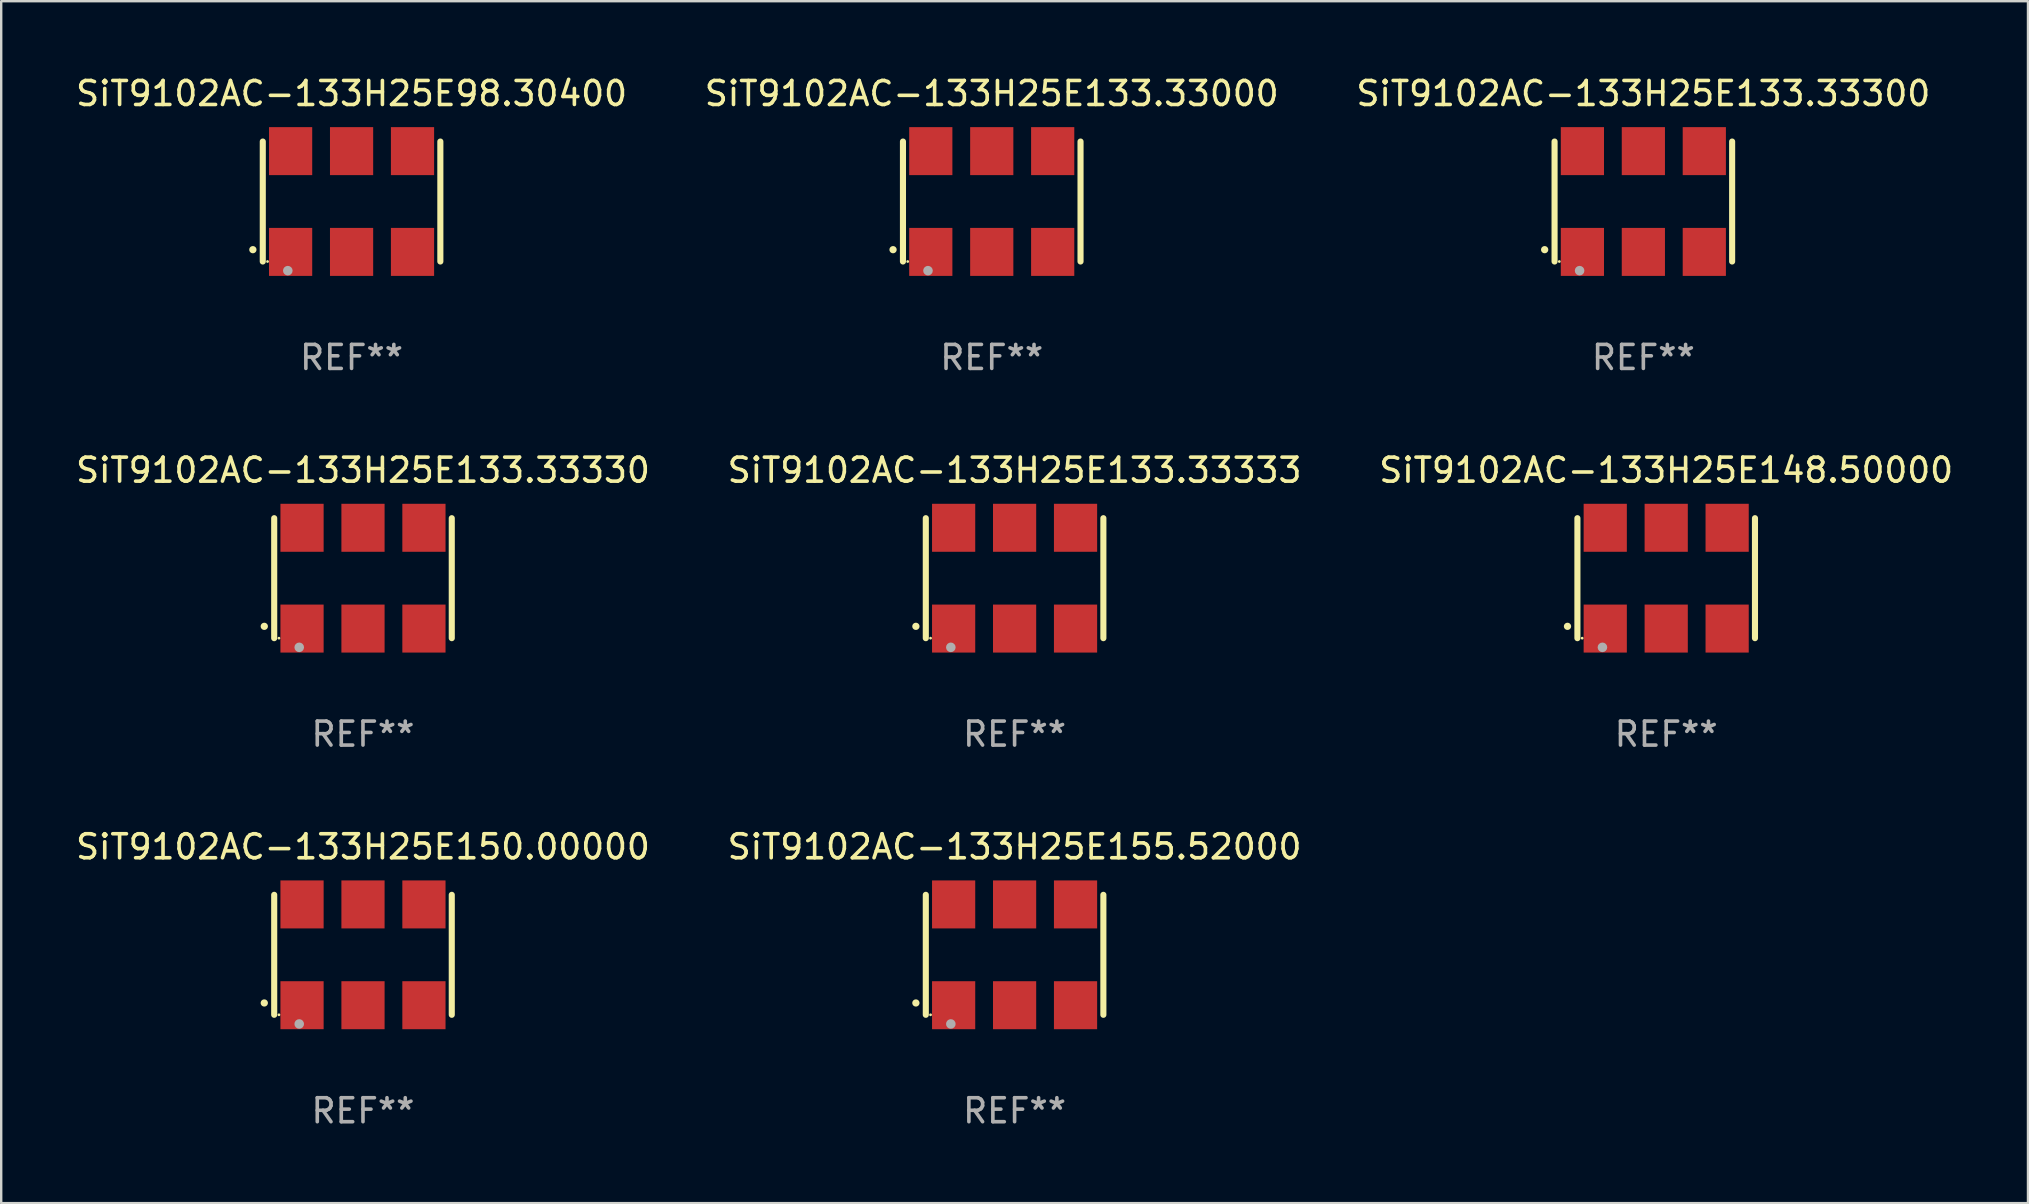
<source format=kicad_pcb>
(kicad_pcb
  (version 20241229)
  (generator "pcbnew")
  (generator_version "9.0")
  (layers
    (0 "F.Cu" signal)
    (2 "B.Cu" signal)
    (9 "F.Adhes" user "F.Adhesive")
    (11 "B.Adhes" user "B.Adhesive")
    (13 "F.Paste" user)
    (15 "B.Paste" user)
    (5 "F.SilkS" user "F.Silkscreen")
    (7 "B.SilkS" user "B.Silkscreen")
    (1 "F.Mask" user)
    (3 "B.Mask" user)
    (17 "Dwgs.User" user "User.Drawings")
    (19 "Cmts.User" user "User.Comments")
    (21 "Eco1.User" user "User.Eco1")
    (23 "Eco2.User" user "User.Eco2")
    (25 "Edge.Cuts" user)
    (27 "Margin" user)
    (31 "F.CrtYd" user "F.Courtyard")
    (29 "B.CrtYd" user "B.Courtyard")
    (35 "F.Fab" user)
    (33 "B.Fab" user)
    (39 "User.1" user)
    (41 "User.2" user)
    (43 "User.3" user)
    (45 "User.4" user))
  (footprint "SiT9102AC-133H25E155.52000"
    (layer "F.Cu")
    (at 39.232 36.741)
    (property "Reference" "SiT9102AC-133H25E155.52000" (at 0 -4.5 0) (layer "F.SilkS") (effects (font (size 1 1) (thickness 0.15))))
    (attr through_hole)
    (fp_line (start -3.7 -2.5) (end -3.7 2.5) (stroke (width 0.254) (type solid)) (layer "F.SilkS"))
    (fp_line (start 3.7 -2.5) (end 3.7 2.5) (stroke (width 0.254) (type solid)) (layer "F.SilkS"))
    (fp_arc (start -4.114415 2.006604) (mid -4.113145 2.006599) (end -4.111875 2.006604) (stroke (width 0.3) (type solid)) (layer "F.SilkS"))
    (fp_circle (center -3.502 2.5) (end -3.472 2.5) (stroke (width 0.06) (type solid)) (fill no) (layer "F.SilkS"))
    (fp_circle (center -2.657 2.882) (end -2.557 2.882) (stroke (width 0.2) (type solid)) (fill no) (layer "F.Fab"))
    (fp_text user "REF**" (at 0 6.5 0) (layer "F.Fab") (effects (font (size 1 1) (thickness 0.15))))
    (pad "1" smd rect (at -2.54 2.1) (size 1.8 2) (layers "F.Cu" "F.Mask" "F.Paste"))
    (pad "2" smd rect (at 0.000394 2.1) (size 1.8 2) (layers "F.Cu" "F.Mask" "F.Paste"))
    (pad "3" smd rect (at 2.54 2.1) (size 1.8 2) (layers "F.Cu" "F.Mask" "F.Paste"))
    (pad "4" smd rect (at 2.54 -2.1) (size 1.8 2) (layers "F.Cu" "F.Mask" "F.Paste"))
    (pad "5" smd rect (at 0.000394 -2.1) (size 1.8 2) (layers "F.Cu" "F.Mask" "F.Paste"))
    (pad "6" smd rect (at -2.54 -2.1) (size 1.8 2) (layers "F.Cu" "F.Mask" "F.Paste")))
  (footprint "SiT9102AC-133H25E148.50000"
    (layer "F.Cu")
    (at 66.387 21.045)
    (property "Reference" "SiT9102AC-133H25E148.50000" (at 0 -4.5 0) (layer "F.SilkS") (effects (font (size 1 1) (thickness 0.15))))
    (attr through_hole)
    (fp_line (start -3.7 -2.5) (end -3.7 2.5) (stroke (width 0.254) (type solid)) (layer "F.SilkS"))
    (fp_line (start 3.7 -2.5) (end 3.7 2.5) (stroke (width 0.254) (type solid)) (layer "F.SilkS"))
    (fp_arc (start -4.114415 2.006604) (mid -4.113145 2.006599) (end -4.111875 2.006604) (stroke (width 0.3) (type solid)) (layer "F.SilkS"))
    (fp_circle (center -3.502 2.5) (end -3.472 2.5) (stroke (width 0.06) (type solid)) (fill no) (layer "F.SilkS"))
    (fp_circle (center -2.657 2.882) (end -2.557 2.882) (stroke (width 0.2) (type solid)) (fill no) (layer "F.Fab"))
    (fp_text user "REF**" (at 0 6.5 0) (layer "F.Fab") (effects (font (size 1 1) (thickness 0.15))))
    (pad "1" smd rect (at -2.54 2.1) (size 1.8 2) (layers "F.Cu" "F.Mask" "F.Paste"))
    (pad "2" smd rect (at 0.000394 2.1) (size 1.8 2) (layers "F.Cu" "F.Mask" "F.Paste"))
    (pad "3" smd rect (at 2.54 2.1) (size 1.8 2) (layers "F.Cu" "F.Mask" "F.Paste"))
    (pad "4" smd rect (at 2.54 -2.1) (size 1.8 2) (layers "F.Cu" "F.Mask" "F.Paste"))
    (pad "5" smd rect (at 0.000394 -2.1) (size 1.8 2) (layers "F.Cu" "F.Mask" "F.Paste"))
    (pad "6" smd rect (at -2.54 -2.1) (size 1.8 2) (layers "F.Cu" "F.Mask" "F.Paste")))
  (footprint "SiT9102AC-133H25E133.33300"
    (layer "F.Cu")
    (at 65.435 5.348)
    (property "Reference" "SiT9102AC-133H25E133.33300" (at 0 -4.5 0) (layer "F.SilkS") (effects (font (size 1 1) (thickness 0.15))))
    (attr through_hole)
    (fp_line (start -3.7 -2.5) (end -3.7 2.5) (stroke (width 0.254) (type solid)) (layer "F.SilkS"))
    (fp_line (start 3.7 -2.5) (end 3.7 2.5) (stroke (width 0.254) (type solid)) (layer "F.SilkS"))
    (fp_arc (start -4.114415 2.006604) (mid -4.113145 2.006599) (end -4.111875 2.006604) (stroke (width 0.3) (type solid)) (layer "F.SilkS"))
    (fp_circle (center -3.502 2.5) (end -3.472 2.5) (stroke (width 0.06) (type solid)) (fill no) (layer "F.SilkS"))
    (fp_circle (center -2.657 2.882) (end -2.557 2.882) (stroke (width 0.2) (type solid)) (fill no) (layer "F.Fab"))
    (fp_text user "REF**" (at 0 6.5 0) (layer "F.Fab") (effects (font (size 1 1) (thickness 0.15))))
    (pad "1" smd rect (at -2.54 2.1) (size 1.8 2) (layers "F.Cu" "F.Mask" "F.Paste"))
    (pad "2" smd rect (at 0.000394 2.1) (size 1.8 2) (layers "F.Cu" "F.Mask" "F.Paste"))
    (pad "3" smd rect (at 2.54 2.1) (size 1.8 2) (layers "F.Cu" "F.Mask" "F.Paste"))
    (pad "4" smd rect (at 2.54 -2.1) (size 1.8 2) (layers "F.Cu" "F.Mask" "F.Paste"))
    (pad "5" smd rect (at 0.000394 -2.1) (size 1.8 2) (layers "F.Cu" "F.Mask" "F.Paste"))
    (pad "6" smd rect (at -2.54 -2.1) (size 1.8 2) (layers "F.Cu" "F.Mask" "F.Paste")))
  (footprint "SiT9102AC-133H25E133.33000"
    (layer "F.Cu")
    (at 38.28 5.348)
    (property "Reference" "SiT9102AC-133H25E133.33000" (at 0 -4.5 0) (layer "F.SilkS") (effects (font (size 1 1) (thickness 0.15))))
    (attr through_hole)
    (fp_line (start -3.7 -2.5) (end -3.7 2.5) (stroke (width 0.254) (type solid)) (layer "F.SilkS"))
    (fp_line (start 3.7 -2.5) (end 3.7 2.5) (stroke (width 0.254) (type solid)) (layer "F.SilkS"))
    (fp_arc (start -4.114415 2.006604) (mid -4.113145 2.006599) (end -4.111875 2.006604) (stroke (width 0.3) (type solid)) (layer "F.SilkS"))
    (fp_circle (center -3.502 2.5) (end -3.472 2.5) (stroke (width 0.06) (type solid)) (fill no) (layer "F.SilkS"))
    (fp_circle (center -2.657 2.882) (end -2.557 2.882) (stroke (width 0.2) (type solid)) (fill no) (layer "F.Fab"))
    (fp_text user "REF**" (at 0 6.5 0) (layer "F.Fab") (effects (font (size 1 1) (thickness 0.15))))
    (pad "1" smd rect (at -2.54 2.1) (size 1.8 2) (layers "F.Cu" "F.Mask" "F.Paste"))
    (pad "2" smd rect (at 0.000394 2.1) (size 1.8 2) (layers "F.Cu" "F.Mask" "F.Paste"))
    (pad "3" smd rect (at 2.54 2.1) (size 1.8 2) (layers "F.Cu" "F.Mask" "F.Paste"))
    (pad "4" smd rect (at 2.54 -2.1) (size 1.8 2) (layers "F.Cu" "F.Mask" "F.Paste"))
    (pad "5" smd rect (at 0.000394 -2.1) (size 1.8 2) (layers "F.Cu" "F.Mask" "F.Paste"))
    (pad "6" smd rect (at -2.54 -2.1) (size 1.8 2) (layers "F.Cu" "F.Mask" "F.Paste")))
  (footprint "SiT9102AC-133H25E150.00000"
    (layer "F.Cu")
    (at 12.077 36.741)
    (property "Reference" "SiT9102AC-133H25E150.00000" (at 0 -4.5 0) (layer "F.SilkS") (effects (font (size 1 1) (thickness 0.15))))
    (attr through_hole)
    (fp_line (start -3.7 -2.5) (end -3.7 2.5) (stroke (width 0.254) (type solid)) (layer "F.SilkS"))
    (fp_line (start 3.7 -2.5) (end 3.7 2.5) (stroke (width 0.254) (type solid)) (layer "F.SilkS"))
    (fp_arc (start -4.114415 2.006604) (mid -4.113145 2.006599) (end -4.111875 2.006604) (stroke (width 0.3) (type solid)) (layer "F.SilkS"))
    (fp_circle (center -3.502 2.5) (end -3.472 2.5) (stroke (width 0.06) (type solid)) (fill no) (layer "F.SilkS"))
    (fp_circle (center -2.657 2.882) (end -2.557 2.882) (stroke (width 0.2) (type solid)) (fill no) (layer "F.Fab"))
    (fp_text user "REF**" (at 0 6.5 0) (layer "F.Fab") (effects (font (size 1 1) (thickness 0.15))))
    (pad "1" smd rect (at -2.54 2.1) (size 1.8 2) (layers "F.Cu" "F.Mask" "F.Paste"))
    (pad "2" smd rect (at 0.000394 2.1) (size 1.8 2) (layers "F.Cu" "F.Mask" "F.Paste"))
    (pad "3" smd rect (at 2.54 2.1) (size 1.8 2) (layers "F.Cu" "F.Mask" "F.Paste"))
    (pad "4" smd rect (at 2.54 -2.1) (size 1.8 2) (layers "F.Cu" "F.Mask" "F.Paste"))
    (pad "5" smd rect (at 0.000394 -2.1) (size 1.8 2) (layers "F.Cu" "F.Mask" "F.Paste"))
    (pad "6" smd rect (at -2.54 -2.1) (size 1.8 2) (layers "F.Cu" "F.Mask" "F.Paste")))
  (footprint "SiT9102AC-133H25E133.33333"
    (layer "F.Cu")
    (at 39.232 21.045)
    (property "Reference" "SiT9102AC-133H25E133.33333" (at 0 -4.5 0) (layer "F.SilkS") (effects (font (size 1 1) (thickness 0.15))))
    (attr through_hole)
    (fp_line (start -3.7 -2.5) (end -3.7 2.5) (stroke (width 0.254) (type solid)) (layer "F.SilkS"))
    (fp_line (start 3.7 -2.5) (end 3.7 2.5) (stroke (width 0.254) (type solid)) (layer "F.SilkS"))
    (fp_arc (start -4.114415 2.006604) (mid -4.113145 2.006599) (end -4.111875 2.006604) (stroke (width 0.3) (type solid)) (layer "F.SilkS"))
    (fp_circle (center -3.502 2.5) (end -3.472 2.5) (stroke (width 0.06) (type solid)) (fill no) (layer "F.SilkS"))
    (fp_circle (center -2.657 2.882) (end -2.557 2.882) (stroke (width 0.2) (type solid)) (fill no) (layer "F.Fab"))
    (fp_text user "REF**" (at 0 6.5 0) (layer "F.Fab") (effects (font (size 1 1) (thickness 0.15))))
    (pad "1" smd rect (at -2.54 2.1) (size 1.8 2) (layers "F.Cu" "F.Mask" "F.Paste"))
    (pad "2" smd rect (at 0.000394 2.1) (size 1.8 2) (layers "F.Cu" "F.Mask" "F.Paste"))
    (pad "3" smd rect (at 2.54 2.1) (size 1.8 2) (layers "F.Cu" "F.Mask" "F.Paste"))
    (pad "4" smd rect (at 2.54 -2.1) (size 1.8 2) (layers "F.Cu" "F.Mask" "F.Paste"))
    (pad "5" smd rect (at 0.000394 -2.1) (size 1.8 2) (layers "F.Cu" "F.Mask" "F.Paste"))
    (pad "6" smd rect (at -2.54 -2.1) (size 1.8 2) (layers "F.Cu" "F.Mask" "F.Paste")))
  (footprint "SiT9102AC-133H25E133.33330"
    (layer "F.Cu")
    (at 12.077 21.045)
    (property "Reference" "SiT9102AC-133H25E133.33330" (at 0 -4.5 0) (layer "F.SilkS") (effects (font (size 1 1) (thickness 0.15))))
    (attr through_hole)
    (fp_line (start -3.7 -2.5) (end -3.7 2.5) (stroke (width 0.254) (type solid)) (layer "F.SilkS"))
    (fp_line (start 3.7 -2.5) (end 3.7 2.5) (stroke (width 0.254) (type solid)) (layer "F.SilkS"))
    (fp_arc (start -4.114415 2.006604) (mid -4.113145 2.006599) (end -4.111875 2.006604) (stroke (width 0.3) (type solid)) (layer "F.SilkS"))
    (fp_circle (center -3.502 2.5) (end -3.472 2.5) (stroke (width 0.06) (type solid)) (fill no) (layer "F.SilkS"))
    (fp_circle (center -2.657 2.882) (end -2.557 2.882) (stroke (width 0.2) (type solid)) (fill no) (layer "F.Fab"))
    (fp_text user "REF**" (at 0 6.5 0) (layer "F.Fab") (effects (font (size 1 1) (thickness 0.15))))
    (pad "1" smd rect (at -2.54 2.1) (size 1.8 2) (layers "F.Cu" "F.Mask" "F.Paste"))
    (pad "2" smd rect (at 0.000394 2.1) (size 1.8 2) (layers "F.Cu" "F.Mask" "F.Paste"))
    (pad "3" smd rect (at 2.54 2.1) (size 1.8 2) (layers "F.Cu" "F.Mask" "F.Paste"))
    (pad "4" smd rect (at 2.54 -2.1) (size 1.8 2) (layers "F.Cu" "F.Mask" "F.Paste"))
    (pad "5" smd rect (at 0.000394 -2.1) (size 1.8 2) (layers "F.Cu" "F.Mask" "F.Paste"))
    (pad "6" smd rect (at -2.54 -2.1) (size 1.8 2) (layers "F.Cu" "F.Mask" "F.Paste")))
  (footprint "SiT9102AC-133H25E98.30400"
    (layer "F.Cu")
    (at 11.601 5.348)
    (property "Reference" "SiT9102AC-133H25E98.30400" (at 0 -4.5 0) (layer "F.SilkS") (effects (font (size 1 1) (thickness 0.15))))
    (attr through_hole)
    (fp_line (start -3.7 -2.5) (end -3.7 2.5) (stroke (width 0.254) (type solid)) (layer "F.SilkS"))
    (fp_line (start 3.7 -2.5) (end 3.7 2.5) (stroke (width 0.254) (type solid)) (layer "F.SilkS"))
    (fp_arc (start -4.114415 2.006604) (mid -4.113145 2.006599) (end -4.111875 2.006604) (stroke (width 0.3) (type solid)) (layer "F.SilkS"))
    (fp_circle (center -3.502 2.5) (end -3.472 2.5) (stroke (width 0.06) (type solid)) (fill no) (layer "F.SilkS"))
    (fp_circle (center -2.657 2.882) (end -2.557 2.882) (stroke (width 0.2) (type solid)) (fill no) (layer "F.Fab"))
    (fp_text user "REF**" (at 0 6.5 0) (layer "F.Fab") (effects (font (size 1 1) (thickness 0.15))))
    (pad "1" smd rect (at -2.54 2.1) (size 1.8 2) (layers "F.Cu" "F.Mask" "F.Paste"))
    (pad "2" smd rect (at 0.000394 2.1) (size 1.8 2) (layers "F.Cu" "F.Mask" "F.Paste"))
    (pad "3" smd rect (at 2.54 2.1) (size 1.8 2) (layers "F.Cu" "F.Mask" "F.Paste"))
    (pad "4" smd rect (at 2.54 -2.1) (size 1.8 2) (layers "F.Cu" "F.Mask" "F.Paste"))
    (pad "5" smd rect (at 0.000394 -2.1) (size 1.8 2) (layers "F.Cu" "F.Mask" "F.Paste"))
    (pad "6" smd rect (at -2.54 -2.1) (size 1.8 2) (layers "F.Cu" "F.Mask" "F.Paste")))
  (gr_rect
    (start -3 -3)
    (end 81.464 47.09)
    (stroke (width 0.1) (type default))
    (fill no)
    (layer "Edge.Cuts")))
</source>
